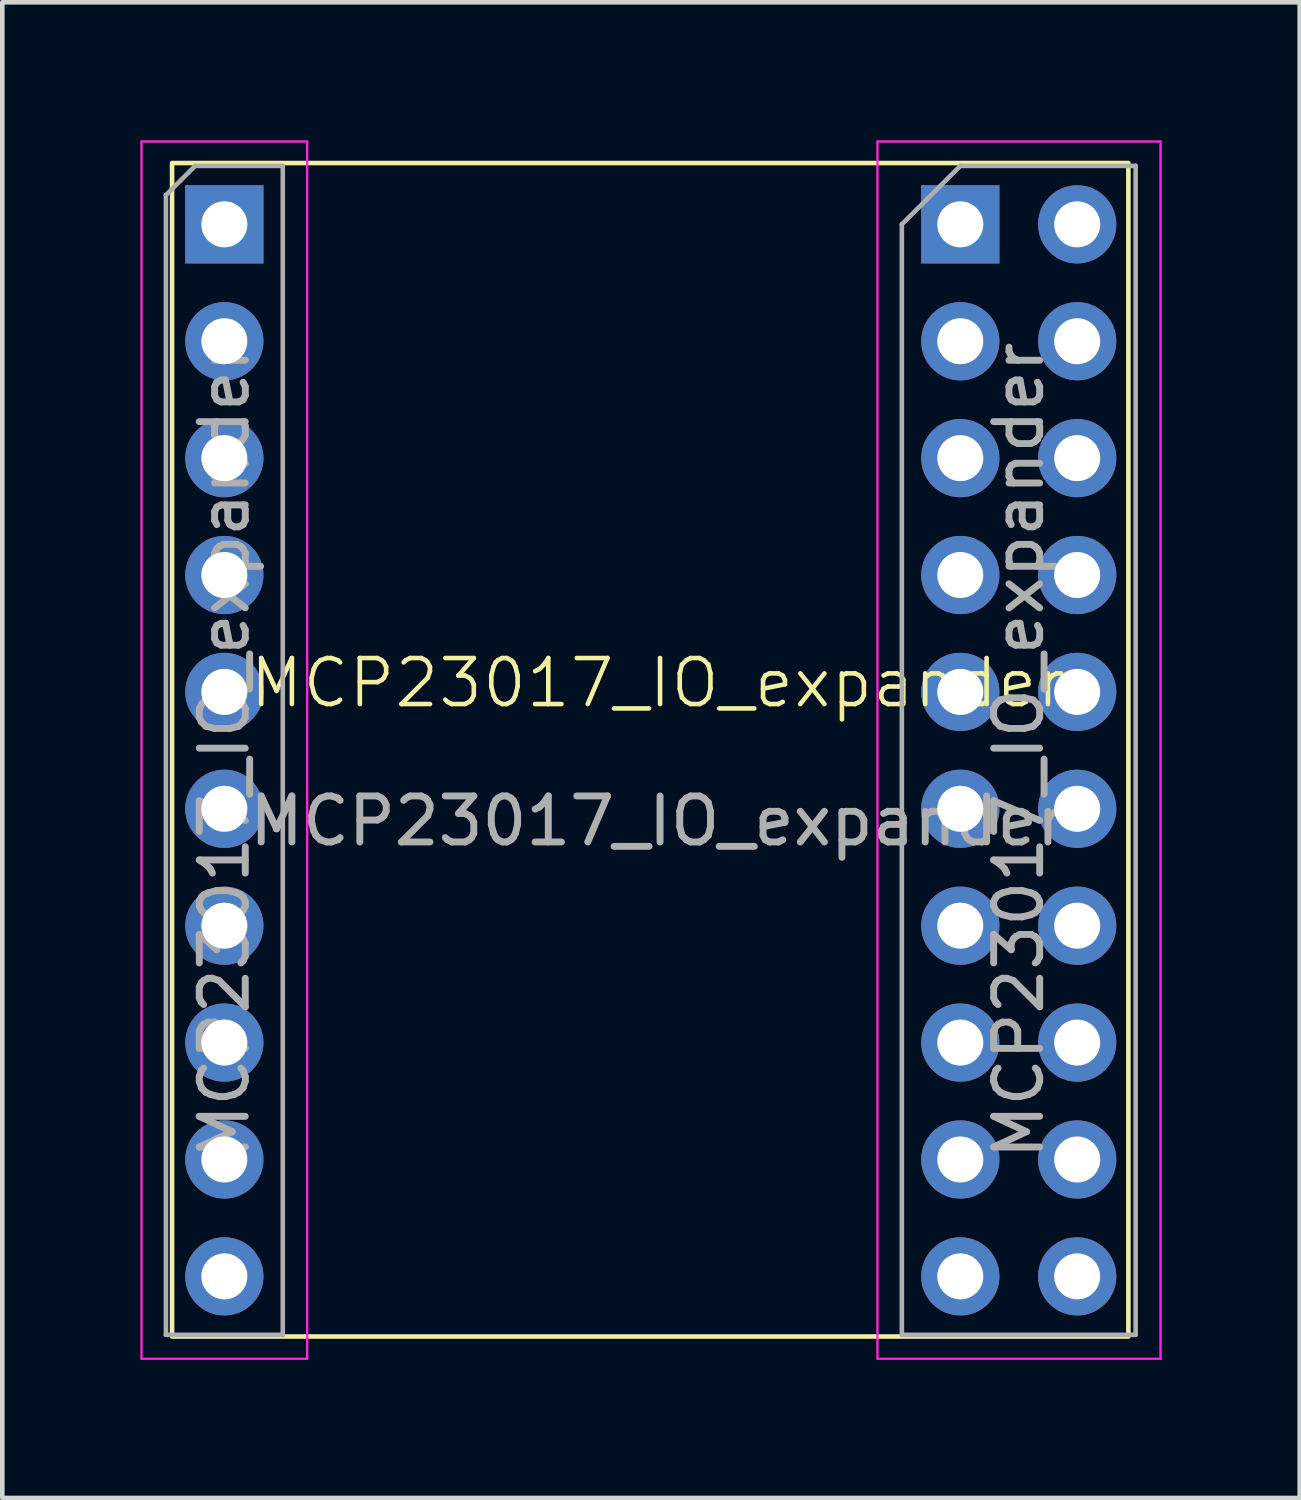
<source format=kicad_pcb>
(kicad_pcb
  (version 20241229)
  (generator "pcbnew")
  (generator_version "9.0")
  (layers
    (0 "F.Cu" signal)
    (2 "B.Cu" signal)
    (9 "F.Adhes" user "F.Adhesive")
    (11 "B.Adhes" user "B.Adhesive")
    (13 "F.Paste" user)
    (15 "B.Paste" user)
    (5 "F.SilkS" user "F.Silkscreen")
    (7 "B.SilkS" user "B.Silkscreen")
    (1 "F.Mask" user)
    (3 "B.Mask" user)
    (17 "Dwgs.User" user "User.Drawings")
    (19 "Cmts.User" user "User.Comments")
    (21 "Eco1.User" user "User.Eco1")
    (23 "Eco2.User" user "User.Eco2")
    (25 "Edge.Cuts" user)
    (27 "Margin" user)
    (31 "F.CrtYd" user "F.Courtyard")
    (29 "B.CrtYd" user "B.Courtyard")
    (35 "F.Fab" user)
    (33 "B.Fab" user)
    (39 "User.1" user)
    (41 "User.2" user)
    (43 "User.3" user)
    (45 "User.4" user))
  (footprint "MCP23017_IO_expander"
    (layer "F.Cu")
    (at 10.229 13.267)
    (property "Reference" "MCP23017_IO_expander" (at 1.016 -1.476 0) (unlocked yes) (layer "F.SilkS") (effects (font (size 1 1) (thickness 0.1))))
    (attr through_hole)
    (fp_rect (start -9.54 -12.775) (end 11.24 12.725) (stroke (width 0.1) (type solid)) (fill no) (layer "F.SilkS"))
    (fp_line (start -10.204 -13.242) (end -10.204 13.208) (stroke (width 0.05) (type solid)) (layer "F.CrtYd"))
    (fp_line (start -10.204 13.208) (end -6.604 13.208) (stroke (width 0.05) (type solid)) (layer "F.CrtYd"))
    (fp_line (start -6.604 -13.242) (end -10.204 -13.242) (stroke (width 0.05) (type solid)) (layer "F.CrtYd"))
    (fp_line (start -6.604 13.208) (end -6.604 -13.242) (stroke (width 0.05) (type solid)) (layer "F.CrtYd"))
    (fp_line (start 5.788 -13.242) (end 5.788 13.208) (stroke (width 0.05) (type solid)) (layer "F.CrtYd"))
    (fp_line (start 5.788 13.208) (end 11.938 13.208) (stroke (width 0.05) (type solid)) (layer "F.CrtYd"))
    (fp_line (start 11.938 -13.242) (end 5.788 -13.242) (stroke (width 0.05) (type solid)) (layer "F.CrtYd"))
    (fp_line (start 11.938 13.208) (end 11.938 -13.242) (stroke (width 0.05) (type solid)) (layer "F.CrtYd"))
    (fp_line (start -9.674 -12.077) (end -9.039 -12.712) (stroke (width 0.1) (type solid)) (layer "F.Fab"))
    (fp_line (start -9.674 12.688) (end -9.674 -12.077) (stroke (width 0.1) (type solid)) (layer "F.Fab"))
    (fp_line (start -9.039 -12.712) (end -7.134 -12.712) (stroke (width 0.1) (type solid)) (layer "F.Fab"))
    (fp_line (start -7.134 -12.712) (end -7.134 12.688) (stroke (width 0.1) (type solid)) (layer "F.Fab"))
    (fp_line (start -7.134 12.688) (end -9.674 12.688) (stroke (width 0.1) (type solid)) (layer "F.Fab"))
    (fp_line (start 6.318 -11.442) (end 7.588 -12.712) (stroke (width 0.1) (type solid)) (layer "F.Fab"))
    (fp_line (start 6.318 12.688) (end 6.318 -11.442) (stroke (width 0.1) (type solid)) (layer "F.Fab"))
    (fp_line (start 7.588 -12.712) (end 11.398 -12.712) (stroke (width 0.1) (type solid)) (layer "F.Fab"))
    (fp_line (start 11.398 -12.712) (end 11.398 12.688) (stroke (width 0.1) (type solid)) (layer "F.Fab"))
    (fp_line (start 11.398 12.688) (end 6.318 12.688) (stroke (width 0.1) (type solid)) (layer "F.Fab"))
    (fp_text user "${REFERENCE}" (at 8.858 -0.012 90) (layer "F.Fab") (effects (font (size 1 1) (thickness 0.15))))
    (fp_text user "${REFERENCE}" (at -8.404 -0.012 90) (layer "F.Fab") (effects (font (size 1 1) (thickness 0.15))))
    (fp_text user "${REFERENCE}" (at 1.016 1.524 0) (unlocked yes) (layer "F.Fab") (effects (font (size 1 1) (thickness 0.15))))
    (pad "1" thru_hole oval (at 7.588 3.798) (size 1.7 1.7) (drill 1) (layers "*.Cu" "*.Mask"))
    (pad "2" thru_hole oval (at 7.588 6.338) (size 1.7 1.7) (drill 1) (layers "*.Cu" "*.Mask"))
    (pad "3" thru_hole oval (at 7.588 8.878) (size 1.7 1.7) (drill 1) (layers "*.Cu" "*.Mask"))
    (pad "4" thru_hole oval (at 7.588 11.418) (size 1.7 1.7) (drill 1) (layers "*.Cu" "*.Mask"))
    (pad "5" thru_hole oval (at -8.404 11.418) (size 1.7 1.7) (drill 1) (layers "*.Cu" "*.Mask"))
    (pad "5" thru_hole rect (at 7.588 -11.442) (size 1.7 1.7) (drill 1) (layers "*.Cu" "*.Mask"))
    (pad "6" thru_hole oval (at -8.404 8.878) (size 1.7 1.7) (drill 1) (layers "*.Cu" "*.Mask"))
    (pad "6" thru_hole oval (at 10.128 -11.442) (size 1.7 1.7) (drill 1) (layers "*.Cu" "*.Mask"))
    (pad "7" thru_hole oval (at -8.404 -1.282) (size 1.7 1.7) (drill 1) (layers "*.Cu" "*.Mask"))
    (pad "8" thru_hole oval (at -8.404 6.338) (size 1.7 1.7) (drill 1) (layers "*.Cu" "*.Mask"))
    (pad "9" thru_hole oval (at -8.404 3.798) (size 1.7 1.7) (drill 1) (layers "*.Cu" "*.Mask"))
    (pad "10" thru_hole oval (at -8.404 1.258) (size 1.7 1.7) (drill 1) (layers "*.Cu" "*.Mask"))
    (pad "11" thru_hole oval (at -8.404 -6.362) (size 1.7 1.7) (drill 1) (layers "*.Cu" "*.Mask"))
    (pad "12" thru_hole circle (at -8.404 -8.902) (size 1.7 1.7) (drill 1) (layers "*.Cu" "*.Mask"))
    (pad "13" thru_hole rect (at -8.404 -11.442) (size 1.7 1.7) (drill 1) (layers "*.Cu" "*.Mask"))
    (pad "14" thru_hole oval (at -8.404 -3.822) (size 1.7 1.7) (drill 1) (layers "*.Cu" "*.Mask"))
    (pad "15" thru_hole oval (at 7.588 -8.902) (size 1.7 1.7) (drill 1) (layers "*.Cu" "*.Mask"))
    (pad "16" thru_hole oval (at 10.128 -8.902) (size 1.7 1.7) (drill 1) (layers "*.Cu" "*.Mask"))
    (pad "17" thru_hole oval (at 10.128 -6.362) (size 1.7 1.7) (drill 1) (layers "*.Cu" "*.Mask"))
    (pad "18" thru_hole oval (at 10.128 -3.822) (size 1.7 1.7) (drill 1) (layers "*.Cu" "*.Mask"))
    (pad "19" thru_hole oval (at 10.128 -1.282) (size 1.7 1.7) (drill 1) (layers "*.Cu" "*.Mask"))
    (pad "20" thru_hole oval (at 10.128 1.258) (size 1.7 1.7) (drill 1) (layers "*.Cu" "*.Mask"))
    (pad "21" thru_hole oval (at 10.128 3.798) (size 1.7 1.7) (drill 1) (layers "*.Cu" "*.Mask"))
    (pad "22" thru_hole oval (at 10.128 6.338) (size 1.7 1.7) (drill 1) (layers "*.Cu" "*.Mask"))
    (pad "23" thru_hole oval (at 10.128 8.878) (size 1.7 1.7) (drill 1) (layers "*.Cu" "*.Mask"))
    (pad "24" thru_hole oval (at 10.128 11.418) (size 1.7 1.7) (drill 1) (layers "*.Cu" "*.Mask"))
    (pad "25" thru_hole oval (at 7.588 -6.362) (size 1.7 1.7) (drill 1) (layers "*.Cu" "*.Mask"))
    (pad "26" thru_hole oval (at 7.588 -3.822) (size 1.7 1.7) (drill 1) (layers "*.Cu" "*.Mask"))
    (pad "27" thru_hole oval (at 7.588 -1.282) (size 1.7 1.7) (drill 1) (layers "*.Cu" "*.Mask"))
    (pad "28" thru_hole oval (at 7.588 1.258) (size 1.7 1.7) (drill 1) (layers "*.Cu" "*.Mask")))
  (gr_rect
    (start -3 -3)
    (end 25.192 29.5)
    (stroke (width 0.1) (type default))
    (fill no)
    (layer "Edge.Cuts")))
</source>
